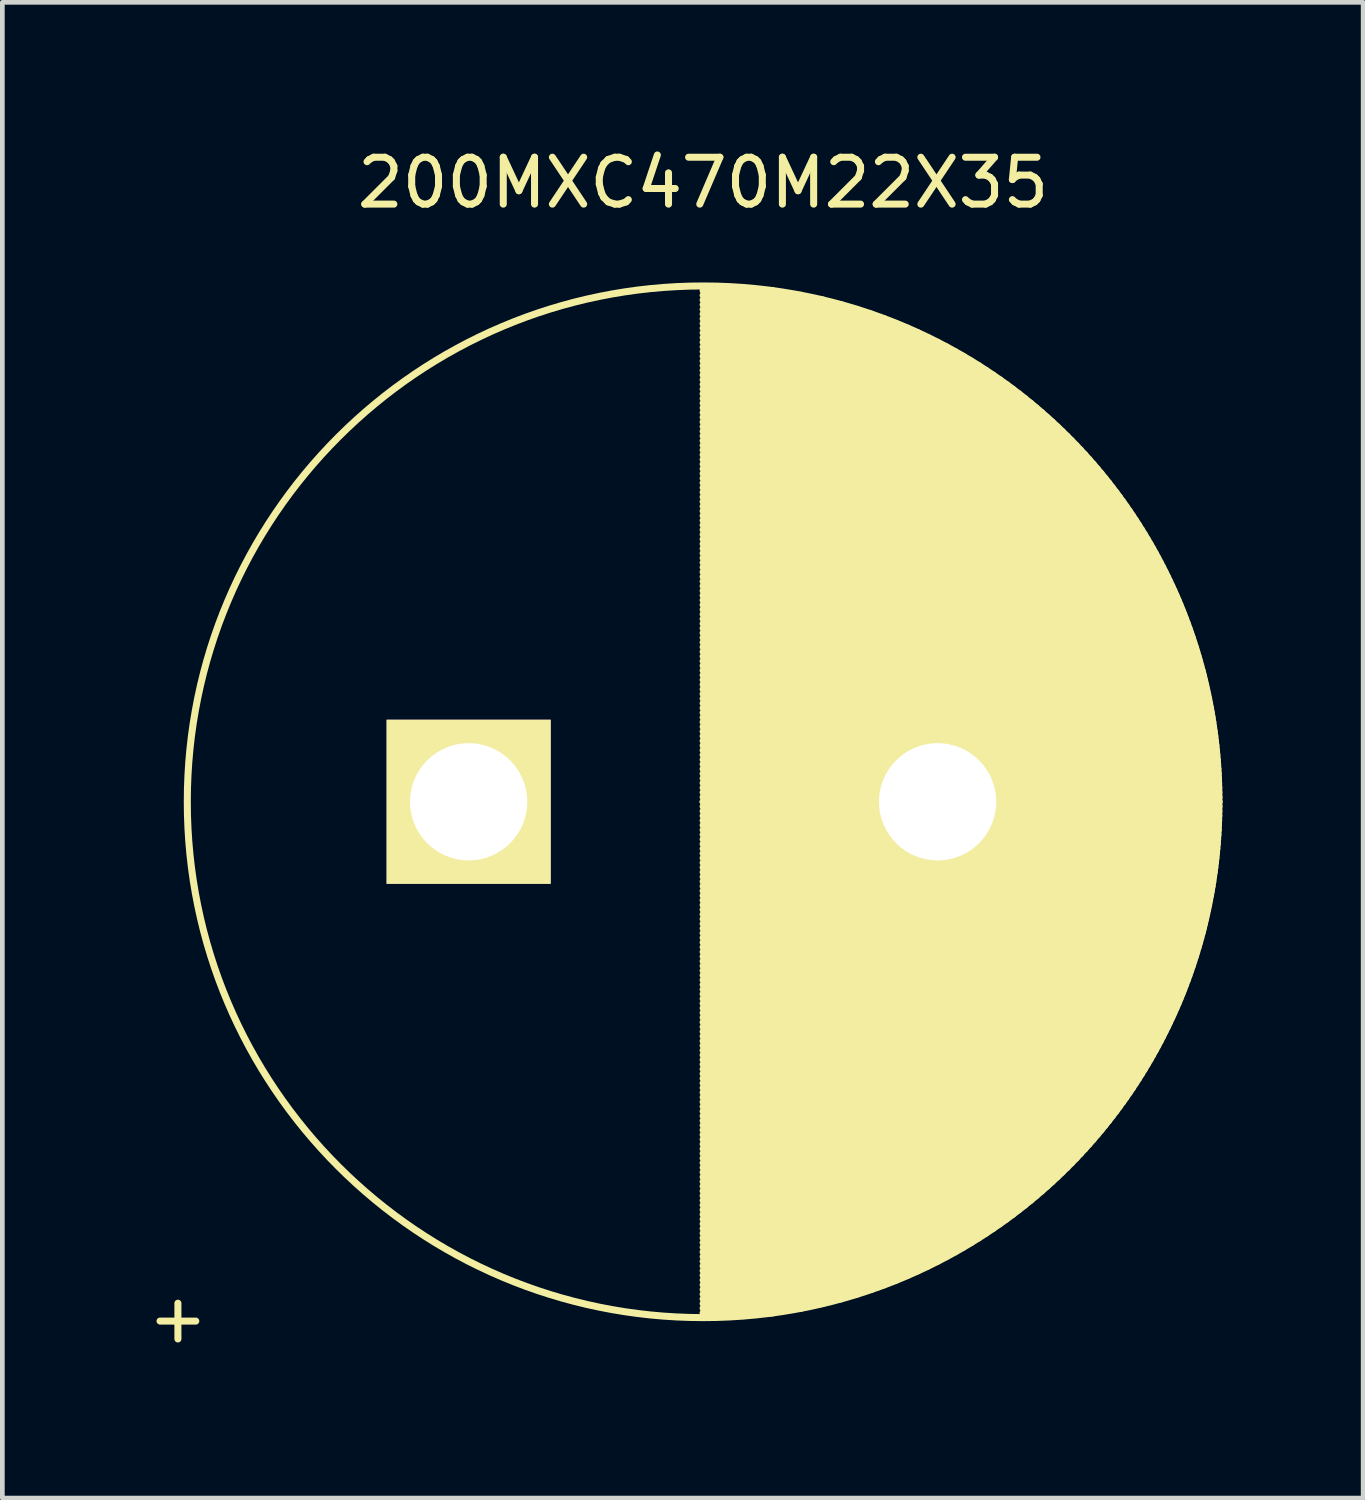
<source format=kicad_pcb>
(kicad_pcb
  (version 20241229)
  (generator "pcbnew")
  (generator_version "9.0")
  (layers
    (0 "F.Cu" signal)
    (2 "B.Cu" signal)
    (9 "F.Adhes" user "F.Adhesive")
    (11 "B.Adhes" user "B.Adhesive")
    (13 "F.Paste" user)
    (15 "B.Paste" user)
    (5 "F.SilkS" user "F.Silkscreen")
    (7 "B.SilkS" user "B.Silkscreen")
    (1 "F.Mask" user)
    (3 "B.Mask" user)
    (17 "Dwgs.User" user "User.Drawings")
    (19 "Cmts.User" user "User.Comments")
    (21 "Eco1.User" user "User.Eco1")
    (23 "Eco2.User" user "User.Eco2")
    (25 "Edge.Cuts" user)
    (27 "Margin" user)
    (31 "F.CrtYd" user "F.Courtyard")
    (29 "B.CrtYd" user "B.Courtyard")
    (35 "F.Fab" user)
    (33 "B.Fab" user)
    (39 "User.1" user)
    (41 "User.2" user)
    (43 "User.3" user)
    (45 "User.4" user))
  (footprint "200MXC470M22X35"
    (layer "F.Cu")
    (at 6.944 14.048)
    (property "Reference" "200MXC470M22X35" (at 5 -13.2 0) (layer "F.SilkS") (effects (font (size 1 1) (thickness 0.15))))
    (attr through_hole)
    (fp_line (start 5 -10.9) (end 6.48 -10.9) (stroke (width 0.15) (type solid)) (layer "F.SilkS"))
    (fp_line (start 5 -10.8) (end 7.088 -10.8) (stroke (width 0.15) (type solid)) (layer "F.SilkS"))
    (fp_line (start 5 -10.7) (end 7.551 -10.7) (stroke (width 0.15) (type solid)) (layer "F.SilkS"))
    (fp_line (start 5 -10.6) (end 7.939 -10.6) (stroke (width 0.15) (type solid)) (layer "F.SilkS"))
    (fp_line (start 5 -10.5) (end 8.279 -10.5) (stroke (width 0.15) (type solid)) (layer "F.SilkS"))
    (fp_line (start 5 -10.4) (end 8.583 -10.4) (stroke (width 0.15) (type solid)) (layer "F.SilkS"))
    (fp_line (start 5 -10.3) (end 8.861 -10.3) (stroke (width 0.15) (type solid)) (layer "F.SilkS"))
    (fp_line (start 5 -10.2) (end 9.118 -10.2) (stroke (width 0.15) (type solid)) (layer "F.SilkS"))
    (fp_line (start 5 -10.1) (end 9.358 -10.1) (stroke (width 0.15) (type solid)) (layer "F.SilkS"))
    (fp_line (start 5 -10) (end 9.583 -10) (stroke (width 0.15) (type solid)) (layer "F.SilkS"))
    (fp_line (start 5 -9.9) (end 9.795 -9.9) (stroke (width 0.15) (type solid)) (layer "F.SilkS"))
    (fp_line (start 5 -9.8) (end 9.996 -9.8) (stroke (width 0.15) (type solid)) (layer "F.SilkS"))
    (fp_line (start 5 -9.7) (end 10.187 -9.7) (stroke (width 0.15) (type solid)) (layer "F.SilkS"))
    (fp_line (start 5 -9.6) (end 10.37 -9.6) (stroke (width 0.15) (type solid)) (layer "F.SilkS"))
    (fp_line (start 5 -9.5) (end 10.545 -9.5) (stroke (width 0.15) (type solid)) (layer "F.SilkS"))
    (fp_line (start 5 -9.4) (end 10.713 -9.4) (stroke (width 0.15) (type solid)) (layer "F.SilkS"))
    (fp_line (start 5 -9.3) (end 10.875 -9.3) (stroke (width 0.15) (type solid)) (layer "F.SilkS"))
    (fp_line (start 5 -9.2) (end 11.03 -9.2) (stroke (width 0.15) (type solid)) (layer "F.SilkS"))
    (fp_line (start 5 -9.1) (end 11.18 -9.1) (stroke (width 0.15) (type solid)) (layer "F.SilkS"))
    (fp_line (start 5 -9) (end 11.325 -9) (stroke (width 0.15) (type solid)) (layer "F.SilkS"))
    (fp_line (start 5 -8.9) (end 11.465 -8.9) (stroke (width 0.15) (type solid)) (layer "F.SilkS"))
    (fp_line (start 5 -8.8) (end 11.6 -8.8) (stroke (width 0.15) (type solid)) (layer "F.SilkS"))
    (fp_line (start 5 -8.7) (end 11.731 -8.7) (stroke (width 0.15) (type solid)) (layer "F.SilkS"))
    (fp_line (start 5 -8.6) (end 11.859 -8.6) (stroke (width 0.15) (type solid)) (layer "F.SilkS"))
    (fp_line (start 5 -8.5) (end 11.982 -8.5) (stroke (width 0.15) (type solid)) (layer "F.SilkS"))
    (fp_line (start 5 -8.4) (end 12.102 -8.4) (stroke (width 0.15) (type solid)) (layer "F.SilkS"))
    (fp_line (start 5 -8.3) (end 12.219 -8.3) (stroke (width 0.15) (type solid)) (layer "F.SilkS"))
    (fp_line (start 5 -8.2) (end 12.332 -8.2) (stroke (width 0.15) (type solid)) (layer "F.SilkS"))
    (fp_line (start 5 -8.1) (end 12.442 -8.1) (stroke (width 0.15) (type solid)) (layer "F.SilkS"))
    (fp_line (start 5 -8) (end 12.55 -8) (stroke (width 0.15) (type solid)) (layer "F.SilkS"))
    (fp_line (start 5 -7.9) (end 12.654 -7.9) (stroke (width 0.15) (type solid)) (layer "F.SilkS"))
    (fp_line (start 5 -7.8) (end 12.756 -7.8) (stroke (width 0.15) (type solid)) (layer "F.SilkS"))
    (fp_line (start 5 -7.7) (end 12.856 -7.7) (stroke (width 0.15) (type solid)) (layer "F.SilkS"))
    (fp_line (start 5 -7.6) (end 12.952 -7.6) (stroke (width 0.15) (type solid)) (layer "F.SilkS"))
    (fp_line (start 5 -7.5) (end 13.047 -7.5) (stroke (width 0.15) (type solid)) (layer "F.SilkS"))
    (fp_line (start 5 -7.4) (end 13.139 -7.4) (stroke (width 0.15) (type solid)) (layer "F.SilkS"))
    (fp_line (start 5 -7.3) (end 13.229 -7.3) (stroke (width 0.15) (type solid)) (layer "F.SilkS"))
    (fp_line (start 5 -7.2) (end 13.316 -7.2) (stroke (width 0.15) (type solid)) (layer "F.SilkS"))
    (fp_line (start 5 -7.1) (end 13.402 -7.1) (stroke (width 0.15) (type solid)) (layer "F.SilkS"))
    (fp_line (start 5 -7) (end 13.485 -7) (stroke (width 0.15) (type solid)) (layer "F.SilkS"))
    (fp_line (start 5 -6.9) (end 13.567 -6.9) (stroke (width 0.15) (type solid)) (layer "F.SilkS"))
    (fp_line (start 5 -6.8) (end 13.646 -6.8) (stroke (width 0.15) (type solid)) (layer "F.SilkS"))
    (fp_line (start 5 -6.7) (end 13.724 -6.7) (stroke (width 0.15) (type solid)) (layer "F.SilkS"))
    (fp_line (start 5 -6.6) (end 13.8 -6.6) (stroke (width 0.15) (type solid)) (layer "F.SilkS"))
    (fp_line (start 5 -6.5) (end 13.874 -6.5) (stroke (width 0.15) (type solid)) (layer "F.SilkS"))
    (fp_line (start 5 -6.4) (end 13.947 -6.4) (stroke (width 0.15) (type solid)) (layer "F.SilkS"))
    (fp_line (start 5 -6.3) (end 14.017 -6.3) (stroke (width 0.15) (type solid)) (layer "F.SilkS"))
    (fp_line (start 5 -6.2) (end 14.086 -6.2) (stroke (width 0.15) (type solid)) (layer "F.SilkS"))
    (fp_line (start 5 -6.1) (end 14.154 -6.1) (stroke (width 0.15) (type solid)) (layer "F.SilkS"))
    (fp_line (start 5 -6) (end 14.22 -6) (stroke (width 0.15) (type solid)) (layer "F.SilkS"))
    (fp_line (start 5 -5.9) (end 14.284 -5.9) (stroke (width 0.15) (type solid)) (layer "F.SilkS"))
    (fp_line (start 5 -5.8) (end 14.347 -5.8) (stroke (width 0.15) (type solid)) (layer "F.SilkS"))
    (fp_line (start 5 -5.7) (end 14.408 -5.7) (stroke (width 0.15) (type solid)) (layer "F.SilkS"))
    (fp_line (start 5 -5.6) (end 14.468 -5.6) (stroke (width 0.15) (type solid)) (layer "F.SilkS"))
    (fp_line (start 5 -5.5) (end 14.526 -5.5) (stroke (width 0.15) (type solid)) (layer "F.SilkS"))
    (fp_line (start 5 -5.4) (end 14.583 -5.4) (stroke (width 0.15) (type solid)) (layer "F.SilkS"))
    (fp_line (start 5 -5.3) (end 14.639 -5.3) (stroke (width 0.15) (type solid)) (layer "F.SilkS"))
    (fp_line (start 5 -5.2) (end 14.693 -5.2) (stroke (width 0.15) (type solid)) (layer "F.SilkS"))
    (fp_line (start 5 -5.1) (end 14.746 -5.1) (stroke (width 0.15) (type solid)) (layer "F.SilkS"))
    (fp_line (start 5 -5) (end 14.798 -5) (stroke (width 0.15) (type solid)) (layer "F.SilkS"))
    (fp_line (start 5 -4.9) (end 14.848 -4.9) (stroke (width 0.15) (type solid)) (layer "F.SilkS"))
    (fp_line (start 5 -4.8) (end 14.897 -4.8) (stroke (width 0.15) (type solid)) (layer "F.SilkS"))
    (fp_line (start 5 -4.7) (end 14.945 -4.7) (stroke (width 0.15) (type solid)) (layer "F.SilkS"))
    (fp_line (start 5 -4.6) (end 14.992 -4.6) (stroke (width 0.15) (type solid)) (layer "F.SilkS"))
    (fp_line (start 5 -4.5) (end 15.037 -4.5) (stroke (width 0.15) (type solid)) (layer "F.SilkS"))
    (fp_line (start 5 -4.4) (end 15.082 -4.4) (stroke (width 0.15) (type solid)) (layer "F.SilkS"))
    (fp_line (start 5 -4.3) (end 15.125 -4.3) (stroke (width 0.15) (type solid)) (layer "F.SilkS"))
    (fp_line (start 5 -4.2) (end 15.167 -4.2) (stroke (width 0.15) (type solid)) (layer "F.SilkS"))
    (fp_line (start 5 -4.1) (end 15.207 -4.1) (stroke (width 0.15) (type solid)) (layer "F.SilkS"))
    (fp_line (start 5 -4) (end 15.247 -4) (stroke (width 0.15) (type solid)) (layer "F.SilkS"))
    (fp_line (start 5 -3.9) (end 15.285 -3.9) (stroke (width 0.15) (type solid)) (layer "F.SilkS"))
    (fp_line (start 5 -3.8) (end 15.323 -3.8) (stroke (width 0.15) (type solid)) (layer "F.SilkS"))
    (fp_line (start 5 -3.7) (end 15.359 -3.7) (stroke (width 0.15) (type solid)) (layer "F.SilkS"))
    (fp_line (start 5 -3.6) (end 15.394 -3.6) (stroke (width 0.15) (type solid)) (layer "F.SilkS"))
    (fp_line (start 5 -3.5) (end 15.428 -3.5) (stroke (width 0.15) (type solid)) (layer "F.SilkS"))
    (fp_line (start 5 -3.4) (end 15.461 -3.4) (stroke (width 0.15) (type solid)) (layer "F.SilkS"))
    (fp_line (start 5 -3.3) (end 15.493 -3.3) (stroke (width 0.15) (type solid)) (layer "F.SilkS"))
    (fp_line (start 5 -3.2) (end 15.524 -3.2) (stroke (width 0.15) (type solid)) (layer "F.SilkS"))
    (fp_line (start 5 -3.1) (end 15.554 -3.1) (stroke (width 0.15) (type solid)) (layer "F.SilkS"))
    (fp_line (start 5 -3) (end 15.583 -3) (stroke (width 0.15) (type solid)) (layer "F.SilkS"))
    (fp_line (start 5 -2.9) (end 15.611 -2.9) (stroke (width 0.15) (type solid)) (layer "F.SilkS"))
    (fp_line (start 5 -2.8) (end 15.638 -2.8) (stroke (width 0.15) (type solid)) (layer "F.SilkS"))
    (fp_line (start 5 -2.7) (end 15.663 -2.7) (stroke (width 0.15) (type solid)) (layer "F.SilkS"))
    (fp_line (start 5 -2.6) (end 15.688 -2.6) (stroke (width 0.15) (type solid)) (layer "F.SilkS"))
    (fp_line (start 5 -2.5) (end 15.712 -2.5) (stroke (width 0.15) (type solid)) (layer "F.SilkS"))
    (fp_line (start 5 -2.4) (end 15.735 -2.4) (stroke (width 0.15) (type solid)) (layer "F.SilkS"))
    (fp_line (start 5 -2.3) (end 15.757 -2.3) (stroke (width 0.15) (type solid)) (layer "F.SilkS"))
    (fp_line (start 5 -2.2) (end 15.778 -2.2) (stroke (width 0.15) (type solid)) (layer "F.SilkS"))
    (fp_line (start 5 -2.1) (end 15.798 -2.1) (stroke (width 0.15) (type solid)) (layer "F.SilkS"))
    (fp_line (start 5 -2) (end 15.817 -2) (stroke (width 0.15) (type solid)) (layer "F.SilkS"))
    (fp_line (start 5 -1.9) (end 15.835 -1.9) (stroke (width 0.15) (type solid)) (layer "F.SilkS"))
    (fp_line (start 5 -1.8) (end 15.852 -1.8) (stroke (width 0.15) (type solid)) (layer "F.SilkS"))
    (fp_line (start 5 -1.7) (end 15.868 -1.7) (stroke (width 0.15) (type solid)) (layer "F.SilkS"))
    (fp_line (start 5 -1.6) (end 15.883 -1.6) (stroke (width 0.15) (type solid)) (layer "F.SilkS"))
    (fp_line (start 5 -1.5) (end 15.897 -1.5) (stroke (width 0.15) (type solid)) (layer "F.SilkS"))
    (fp_line (start 5 -1.4) (end 15.911 -1.4) (stroke (width 0.15) (type solid)) (layer "F.SilkS"))
    (fp_line (start 5 -1.3) (end 15.923 -1.3) (stroke (width 0.15) (type solid)) (layer "F.SilkS"))
    (fp_line (start 5 -1.2) (end 15.934 -1.2) (stroke (width 0.15) (type solid)) (layer "F.SilkS"))
    (fp_line (start 5 -1.1) (end 15.945 -1.1) (stroke (width 0.15) (type solid)) (layer "F.SilkS"))
    (fp_line (start 5 -1) (end 15.954 -1) (stroke (width 0.15) (type solid)) (layer "F.SilkS"))
    (fp_line (start 5 -0.9) (end 15.963 -0.9) (stroke (width 0.15) (type solid)) (layer "F.SilkS"))
    (fp_line (start 5 -0.8) (end 15.971 -0.8) (stroke (width 0.15) (type solid)) (layer "F.SilkS"))
    (fp_line (start 5 -0.7) (end 15.978 -0.7) (stroke (width 0.15) (type solid)) (layer "F.SilkS"))
    (fp_line (start 5 -0.6) (end 15.984 -0.6) (stroke (width 0.15) (type solid)) (layer "F.SilkS"))
    (fp_line (start 5 -0.5) (end 15.989 -0.5) (stroke (width 0.15) (type solid)) (layer "F.SilkS"))
    (fp_line (start 5 -0.4) (end 15.993 -0.4) (stroke (width 0.15) (type solid)) (layer "F.SilkS"))
    (fp_line (start 5 -0.3) (end 15.996 -0.3) (stroke (width 0.15) (type solid)) (layer "F.SilkS"))
    (fp_line (start 5 -0.2) (end 15.998 -0.2) (stroke (width 0.15) (type solid)) (layer "F.SilkS"))
    (fp_line (start 5 -0.1) (end 16 -0.1) (stroke (width 0.15) (type solid)) (layer "F.SilkS"))
    (fp_line (start 5 0) (end 16 0) (stroke (width 0.15) (type solid)) (layer "F.SilkS"))
    (fp_line (start 5 0) (end 16 0) (stroke (width 0.15) (type solid)) (layer "F.SilkS"))
    (fp_line (start 5 0.1) (end 16 0.1) (stroke (width 0.15) (type solid)) (layer "F.SilkS"))
    (fp_line (start 5 0.2) (end 15.998 0.2) (stroke (width 0.15) (type solid)) (layer "F.SilkS"))
    (fp_line (start 5 0.3) (end 15.996 0.3) (stroke (width 0.15) (type solid)) (layer "F.SilkS"))
    (fp_line (start 5 0.4) (end 15.993 0.4) (stroke (width 0.15) (type solid)) (layer "F.SilkS"))
    (fp_line (start 5 0.5) (end 15.989 0.5) (stroke (width 0.15) (type solid)) (layer "F.SilkS"))
    (fp_line (start 5 0.6) (end 15.984 0.6) (stroke (width 0.15) (type solid)) (layer "F.SilkS"))
    (fp_line (start 5 0.7) (end 15.978 0.7) (stroke (width 0.15) (type solid)) (layer "F.SilkS"))
    (fp_line (start 5 0.8) (end 15.971 0.8) (stroke (width 0.15) (type solid)) (layer "F.SilkS"))
    (fp_line (start 5 0.9) (end 15.963 0.9) (stroke (width 0.15) (type solid)) (layer "F.SilkS"))
    (fp_line (start 5 1) (end 15.954 1) (stroke (width 0.15) (type solid)) (layer "F.SilkS"))
    (fp_line (start 5 1.1) (end 15.945 1.1) (stroke (width 0.15) (type solid)) (layer "F.SilkS"))
    (fp_line (start 5 1.2) (end 15.934 1.2) (stroke (width 0.15) (type solid)) (layer "F.SilkS"))
    (fp_line (start 5 1.3) (end 15.923 1.3) (stroke (width 0.15) (type solid)) (layer "F.SilkS"))
    (fp_line (start 5 1.4) (end 15.911 1.4) (stroke (width 0.15) (type solid)) (layer "F.SilkS"))
    (fp_line (start 5 1.5) (end 15.897 1.5) (stroke (width 0.15) (type solid)) (layer "F.SilkS"))
    (fp_line (start 5 1.6) (end 15.883 1.6) (stroke (width 0.15) (type solid)) (layer "F.SilkS"))
    (fp_line (start 5 1.7) (end 15.868 1.7) (stroke (width 0.15) (type solid)) (layer "F.SilkS"))
    (fp_line (start 5 1.8) (end 15.852 1.8) (stroke (width 0.15) (type solid)) (layer "F.SilkS"))
    (fp_line (start 5 1.9) (end 15.835 1.9) (stroke (width 0.15) (type solid)) (layer "F.SilkS"))
    (fp_line (start 5 2) (end 15.817 2) (stroke (width 0.15) (type solid)) (layer "F.SilkS"))
    (fp_line (start 5 2.1) (end 15.798 2.1) (stroke (width 0.15) (type solid)) (layer "F.SilkS"))
    (fp_line (start 5 2.2) (end 15.778 2.2) (stroke (width 0.15) (type solid)) (layer "F.SilkS"))
    (fp_line (start 5 2.3) (end 15.757 2.3) (stroke (width 0.15) (type solid)) (layer "F.SilkS"))
    (fp_line (start 5 2.4) (end 15.735 2.4) (stroke (width 0.15) (type solid)) (layer "F.SilkS"))
    (fp_line (start 5 2.5) (end 15.712 2.5) (stroke (width 0.15) (type solid)) (layer "F.SilkS"))
    (fp_line (start 5 2.6) (end 15.688 2.6) (stroke (width 0.15) (type solid)) (layer "F.SilkS"))
    (fp_line (start 5 2.7) (end 15.663 2.7) (stroke (width 0.15) (type solid)) (layer "F.SilkS"))
    (fp_line (start 5 2.8) (end 15.638 2.8) (stroke (width 0.15) (type solid)) (layer "F.SilkS"))
    (fp_line (start 5 2.9) (end 15.611 2.9) (stroke (width 0.15) (type solid)) (layer "F.SilkS"))
    (fp_line (start 5 3) (end 15.583 3) (stroke (width 0.15) (type solid)) (layer "F.SilkS"))
    (fp_line (start 5 3.1) (end 15.554 3.1) (stroke (width 0.15) (type solid)) (layer "F.SilkS"))
    (fp_line (start 5 3.2) (end 15.524 3.2) (stroke (width 0.15) (type solid)) (layer "F.SilkS"))
    (fp_line (start 5 3.3) (end 15.493 3.3) (stroke (width 0.15) (type solid)) (layer "F.SilkS"))
    (fp_line (start 5 3.4) (end 15.461 3.4) (stroke (width 0.15) (type solid)) (layer "F.SilkS"))
    (fp_line (start 5 3.5) (end 15.428 3.5) (stroke (width 0.15) (type solid)) (layer "F.SilkS"))
    (fp_line (start 5 3.6) (end 15.394 3.6) (stroke (width 0.15) (type solid)) (layer "F.SilkS"))
    (fp_line (start 5 3.7) (end 15.359 3.7) (stroke (width 0.15) (type solid)) (layer "F.SilkS"))
    (fp_line (start 5 3.8) (end 15.323 3.8) (stroke (width 0.15) (type solid)) (layer "F.SilkS"))
    (fp_line (start 5 3.9) (end 15.285 3.9) (stroke (width 0.15) (type solid)) (layer "F.SilkS"))
    (fp_line (start 5 4) (end 15.247 4) (stroke (width 0.15) (type solid)) (layer "F.SilkS"))
    (fp_line (start 5 4.1) (end 15.207 4.1) (stroke (width 0.15) (type solid)) (layer "F.SilkS"))
    (fp_line (start 5 4.2) (end 15.167 4.2) (stroke (width 0.15) (type solid)) (layer "F.SilkS"))
    (fp_line (start 5 4.3) (end 15.125 4.3) (stroke (width 0.15) (type solid)) (layer "F.SilkS"))
    (fp_line (start 5 4.4) (end 15.082 4.4) (stroke (width 0.15) (type solid)) (layer "F.SilkS"))
    (fp_line (start 5 4.5) (end 15.037 4.5) (stroke (width 0.15) (type solid)) (layer "F.SilkS"))
    (fp_line (start 5 4.6) (end 14.992 4.6) (stroke (width 0.15) (type solid)) (layer "F.SilkS"))
    (fp_line (start 5 4.7) (end 14.945 4.7) (stroke (width 0.15) (type solid)) (layer "F.SilkS"))
    (fp_line (start 5 4.8) (end 14.897 4.8) (stroke (width 0.15) (type solid)) (layer "F.SilkS"))
    (fp_line (start 5 4.9) (end 14.848 4.9) (stroke (width 0.15) (type solid)) (layer "F.SilkS"))
    (fp_line (start 5 5) (end 14.798 5) (stroke (width 0.15) (type solid)) (layer "F.SilkS"))
    (fp_line (start 5 5.1) (end 14.746 5.1) (stroke (width 0.15) (type solid)) (layer "F.SilkS"))
    (fp_line (start 5 5.2) (end 14.693 5.2) (stroke (width 0.15) (type solid)) (layer "F.SilkS"))
    (fp_line (start 5 5.3) (end 14.639 5.3) (stroke (width 0.15) (type solid)) (layer "F.SilkS"))
    (fp_line (start 5 5.4) (end 14.583 5.4) (stroke (width 0.15) (type solid)) (layer "F.SilkS"))
    (fp_line (start 5 5.5) (end 14.526 5.5) (stroke (width 0.15) (type solid)) (layer "F.SilkS"))
    (fp_line (start 5 5.6) (end 14.468 5.6) (stroke (width 0.15) (type solid)) (layer "F.SilkS"))
    (fp_line (start 5 5.7) (end 14.408 5.7) (stroke (width 0.15) (type solid)) (layer "F.SilkS"))
    (fp_line (start 5 5.8) (end 14.347 5.8) (stroke (width 0.15) (type solid)) (layer "F.SilkS"))
    (fp_line (start 5 5.9) (end 14.284 5.9) (stroke (width 0.15) (type solid)) (layer "F.SilkS"))
    (fp_line (start 5 6) (end 14.22 6) (stroke (width 0.15) (type solid)) (layer "F.SilkS"))
    (fp_line (start 5 6.1) (end 14.154 6.1) (stroke (width 0.15) (type solid)) (layer "F.SilkS"))
    (fp_line (start 5 6.2) (end 14.086 6.2) (stroke (width 0.15) (type solid)) (layer "F.SilkS"))
    (fp_line (start 5 6.3) (end 14.017 6.3) (stroke (width 0.15) (type solid)) (layer "F.SilkS"))
    (fp_line (start 5 6.4) (end 13.947 6.4) (stroke (width 0.15) (type solid)) (layer "F.SilkS"))
    (fp_line (start 5 6.5) (end 13.874 6.5) (stroke (width 0.15) (type solid)) (layer "F.SilkS"))
    (fp_line (start 5 6.6) (end 13.8 6.6) (stroke (width 0.15) (type solid)) (layer "F.SilkS"))
    (fp_line (start 5 6.7) (end 13.724 6.7) (stroke (width 0.15) (type solid)) (layer "F.SilkS"))
    (fp_line (start 5 6.8) (end 13.646 6.8) (stroke (width 0.15) (type solid)) (layer "F.SilkS"))
    (fp_line (start 5 6.9) (end 13.567 6.9) (stroke (width 0.15) (type solid)) (layer "F.SilkS"))
    (fp_line (start 5 7) (end 13.485 7) (stroke (width 0.15) (type solid)) (layer "F.SilkS"))
    (fp_line (start 5 7.1) (end 13.402 7.1) (stroke (width 0.15) (type solid)) (layer "F.SilkS"))
    (fp_line (start 5 7.2) (end 13.316 7.2) (stroke (width 0.15) (type solid)) (layer "F.SilkS"))
    (fp_line (start 5 7.3) (end 13.229 7.3) (stroke (width 0.15) (type solid)) (layer "F.SilkS"))
    (fp_line (start 5 7.4) (end 13.139 7.4) (stroke (width 0.15) (type solid)) (layer "F.SilkS"))
    (fp_line (start 5 7.5) (end 13.047 7.5) (stroke (width 0.15) (type solid)) (layer "F.SilkS"))
    (fp_line (start 5 7.6) (end 12.952 7.6) (stroke (width 0.15) (type solid)) (layer "F.SilkS"))
    (fp_line (start 5 7.7) (end 12.856 7.7) (stroke (width 0.15) (type solid)) (layer "F.SilkS"))
    (fp_line (start 5 7.8) (end 12.756 7.8) (stroke (width 0.15) (type solid)) (layer "F.SilkS"))
    (fp_line (start 5 7.9) (end 12.654 7.9) (stroke (width 0.15) (type solid)) (layer "F.SilkS"))
    (fp_line (start 5 8) (end 12.55 8) (stroke (width 0.15) (type solid)) (layer "F.SilkS"))
    (fp_line (start 5 8.1) (end 12.442 8.1) (stroke (width 0.15) (type solid)) (layer "F.SilkS"))
    (fp_line (start 5 8.2) (end 12.332 8.2) (stroke (width 0.15) (type solid)) (layer "F.SilkS"))
    (fp_line (start 5 8.3) (end 12.219 8.3) (stroke (width 0.15) (type solid)) (layer "F.SilkS"))
    (fp_line (start 5 8.4) (end 12.102 8.4) (stroke (width 0.15) (type solid)) (layer "F.SilkS"))
    (fp_line (start 5 8.5) (end 11.982 8.5) (stroke (width 0.15) (type solid)) (layer "F.SilkS"))
    (fp_line (start 5 8.6) (end 11.859 8.6) (stroke (width 0.15) (type solid)) (layer "F.SilkS"))
    (fp_line (start 5 8.7) (end 11.731 8.7) (stroke (width 0.15) (type solid)) (layer "F.SilkS"))
    (fp_line (start 5 8.8) (end 11.6 8.8) (stroke (width 0.15) (type solid)) (layer "F.SilkS"))
    (fp_line (start 5 8.9) (end 11.465 8.9) (stroke (width 0.15) (type solid)) (layer "F.SilkS"))
    (fp_line (start 5 9) (end 11.325 9) (stroke (width 0.15) (type solid)) (layer "F.SilkS"))
    (fp_line (start 5 9.1) (end 11.18 9.1) (stroke (width 0.15) (type solid)) (layer "F.SilkS"))
    (fp_line (start 5 9.2) (end 11.03 9.2) (stroke (width 0.15) (type solid)) (layer "F.SilkS"))
    (fp_line (start 5 9.3) (end 10.875 9.3) (stroke (width 0.15) (type solid)) (layer "F.SilkS"))
    (fp_line (start 5 9.4) (end 10.713 9.4) (stroke (width 0.15) (type solid)) (layer "F.SilkS"))
    (fp_line (start 5 9.5) (end 10.545 9.5) (stroke (width 0.15) (type solid)) (layer "F.SilkS"))
    (fp_line (start 5 9.6) (end 10.37 9.6) (stroke (width 0.15) (type solid)) (layer "F.SilkS"))
    (fp_line (start 5 9.7) (end 10.187 9.7) (stroke (width 0.15) (type solid)) (layer "F.SilkS"))
    (fp_line (start 5 9.8) (end 9.996 9.8) (stroke (width 0.15) (type solid)) (layer "F.SilkS"))
    (fp_line (start 5 9.9) (end 9.795 9.9) (stroke (width 0.15) (type solid)) (layer "F.SilkS"))
    (fp_line (start 5 10) (end 9.583 10) (stroke (width 0.15) (type solid)) (layer "F.SilkS"))
    (fp_line (start 5 10.1) (end 9.358 10.1) (stroke (width 0.15) (type solid)) (layer "F.SilkS"))
    (fp_line (start 5 10.2) (end 9.118 10.2) (stroke (width 0.15) (type solid)) (layer "F.SilkS"))
    (fp_line (start 5 10.3) (end 8.861 10.3) (stroke (width 0.15) (type solid)) (layer "F.SilkS"))
    (fp_line (start 5 10.4) (end 8.583 10.4) (stroke (width 0.15) (type solid)) (layer "F.SilkS"))
    (fp_line (start 5 10.5) (end 8.279 10.5) (stroke (width 0.15) (type solid)) (layer "F.SilkS"))
    (fp_line (start 5 10.6) (end 7.939 10.6) (stroke (width 0.15) (type solid)) (layer "F.SilkS"))
    (fp_line (start 5 10.7) (end 7.551 10.7) (stroke (width 0.15) (type solid)) (layer "F.SilkS"))
    (fp_line (start 5 10.8) (end 7.088 10.8) (stroke (width 0.15) (type solid)) (layer "F.SilkS"))
    (fp_line (start 5 10.9) (end 6.48 10.9) (stroke (width 0.15) (type solid)) (layer "F.SilkS"))
    (fp_circle (center 5 0) (end 5 -11) (stroke (width 0.15) (type solid)) (fill no) (layer "F.SilkS"))
    (fp_text user "+" (at -6.2 11 0) (layer "F.SilkS") (effects (font (size 1 1) (thickness 0.15))))
    (pad "1" thru_hole rect (at 0 0) (size 3.5 3.5) (drill 2.5) (layers "*.Cu" "*.Mask" "F.SilkS"))
    (pad "2" thru_hole circle (at 10 0) (size 3.5 3.5) (drill 2.5) (layers "*.Cu" "*.Mask" "F.SilkS")))
  (gr_rect
    (start -3 -3)
    (end 26.019 28.896)
    (stroke (width 0.1) (type default))
    (fill no)
    (layer "Edge.Cuts")))
</source>
